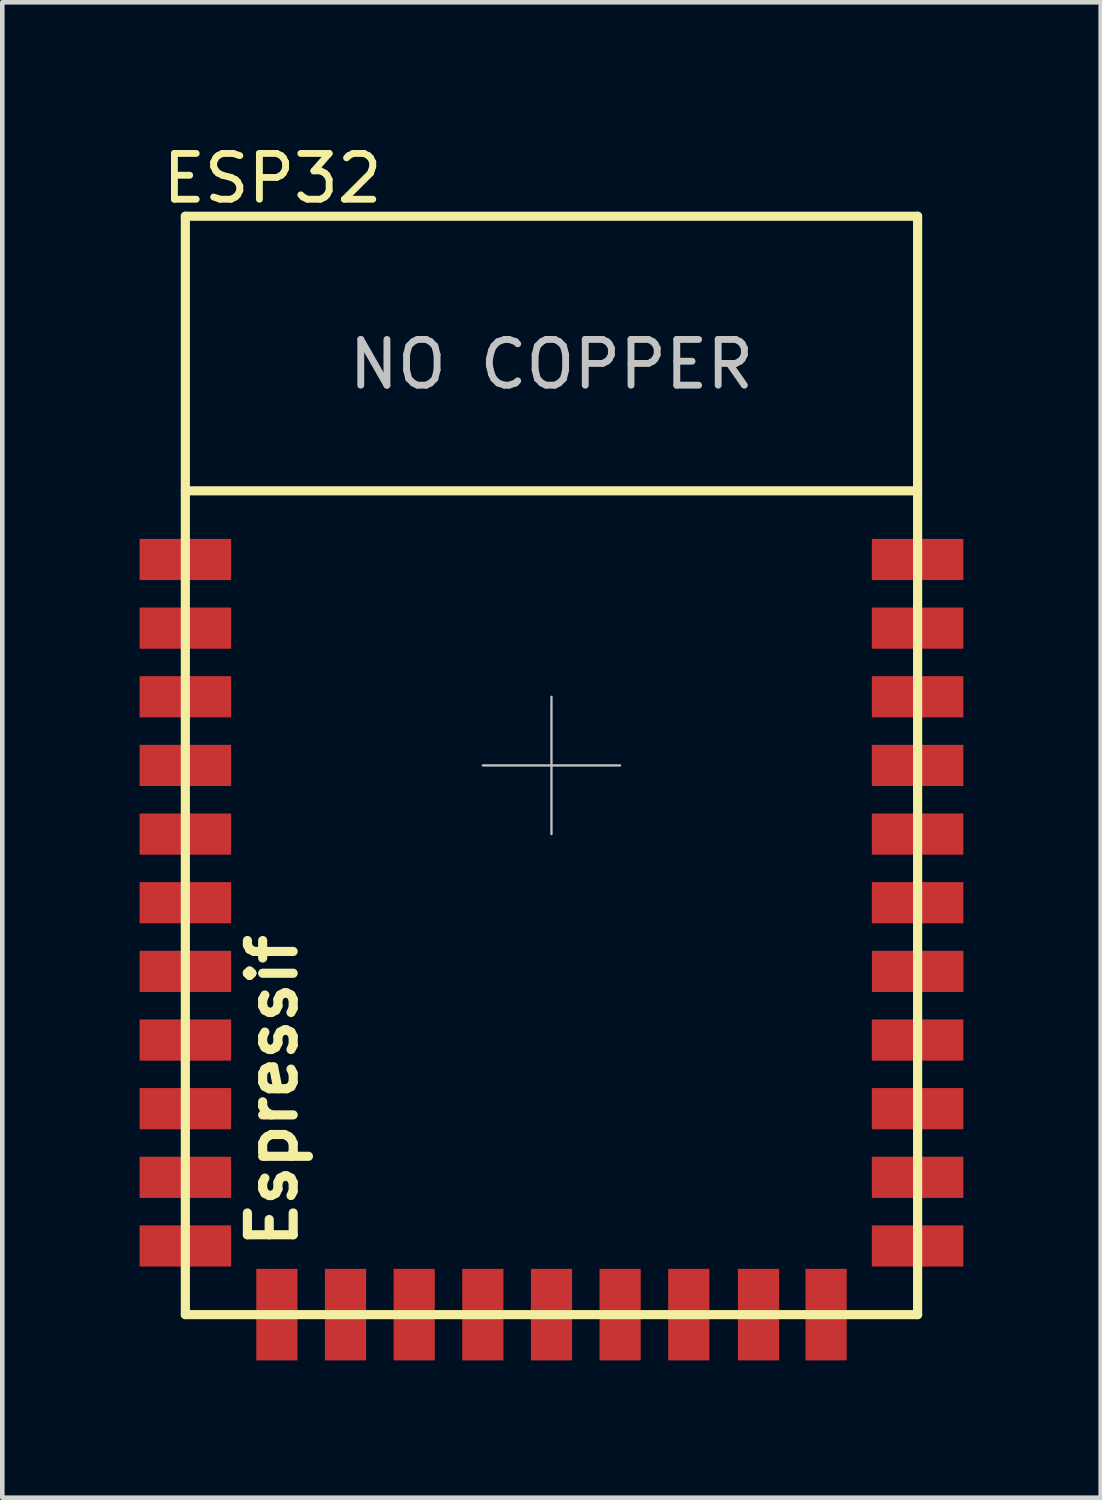
<source format=kicad_pcb>
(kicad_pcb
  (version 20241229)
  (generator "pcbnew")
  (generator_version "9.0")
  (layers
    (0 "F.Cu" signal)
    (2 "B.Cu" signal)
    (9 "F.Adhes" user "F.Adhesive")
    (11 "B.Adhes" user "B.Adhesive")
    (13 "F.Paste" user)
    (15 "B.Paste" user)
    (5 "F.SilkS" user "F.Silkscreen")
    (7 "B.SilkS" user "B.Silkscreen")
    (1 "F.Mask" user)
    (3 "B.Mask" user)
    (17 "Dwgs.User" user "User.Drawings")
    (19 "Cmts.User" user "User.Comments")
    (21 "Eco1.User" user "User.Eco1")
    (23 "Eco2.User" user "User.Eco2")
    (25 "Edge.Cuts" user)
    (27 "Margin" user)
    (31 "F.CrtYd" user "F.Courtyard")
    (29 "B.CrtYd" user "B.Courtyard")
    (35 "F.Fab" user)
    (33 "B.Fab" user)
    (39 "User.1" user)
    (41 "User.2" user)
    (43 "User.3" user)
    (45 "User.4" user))
  (footprint "ESP32"
    (layer "F.Cu")
    (at 9 13.675)
    (property "Reference" "ESP32" (at -6.096 -12.827 0) (layer "F.SilkS") (effects (font (size 1 1) (thickness 0.15))))
    (attr through_hole)
    (fp_line (start -8 -12) (end 8 -12) (stroke (width 0.2) (type solid)) (layer "F.SilkS"))
    (fp_line (start -8 -6) (end 8 -6) (stroke (width 0.2) (type solid)) (layer "F.SilkS"))
    (fp_line (start -8 12) (end -8 -12) (stroke (width 0.2) (type solid)) (layer "F.SilkS"))
    (fp_line (start 8 -12) (end 8 12) (stroke (width 0.2) (type solid)) (layer "F.SilkS"))
    (fp_line (start 8 12) (end -8 12) (stroke (width 0.2) (type solid)) (layer "F.SilkS"))
    (fp_line (start 0 -1.5) (end 0 1.5) (stroke (width 0.05) (type solid)) (layer "Dwgs.User"))
    (fp_line (start 1.5 0) (end -1.5 0) (stroke (width 0.05) (type solid)) (layer "Dwgs.User"))
    (fp_text user "Espressif" (at -6.096 7.112 90) (layer "F.SilkS") (effects (font (size 1 1) (thickness 0.2))))
    (fp_text user "NO COPPER" (at 0 -8.763 0) (layer "Dwgs.User") (effects (font (size 1 1) (thickness 0.15))))
    (pad "1" smd rect (at -8 -4.5) (size 2 0.9) (layers "F.Cu" "F.Mask" "F.Paste"))
    (pad "2" smd rect (at -8 -3) (size 2 0.9) (layers "F.Cu" "F.Mask" "F.Paste"))
    (pad "3" smd rect (at -8 -1.5) (size 2 0.9) (layers "F.Cu" "F.Mask" "F.Paste"))
    (pad "4" smd rect (at -8 0) (size 2 0.9) (layers "F.Cu" "F.Mask" "F.Paste"))
    (pad "5" smd rect (at -8 1.5) (size 2 0.9) (layers "F.Cu" "F.Mask" "F.Paste"))
    (pad "6" smd rect (at -8 3) (size 2 0.9) (layers "F.Cu" "F.Mask" "F.Paste"))
    (pad "7" smd rect (at -8 4.5) (size 2 0.9) (layers "F.Cu" "F.Mask" "F.Paste"))
    (pad "8" smd rect (at -8 6) (size 2 0.9) (layers "F.Cu" "F.Mask" "F.Paste"))
    (pad "9" smd rect (at -8 7.5) (size 2 0.9) (layers "F.Cu" "F.Mask" "F.Paste"))
    (pad "10" smd rect (at -8 9) (size 2 0.9) (layers "F.Cu" "F.Mask" "F.Paste"))
    (pad "11" smd rect (at -8 10.5) (size 2 0.9) (layers "F.Cu" "F.Mask" "F.Paste"))
    (pad "12" smd rect (at -6 12) (size 0.9 2) (layers "F.Cu" "F.Mask" "F.Paste"))
    (pad "13" smd rect (at -4.5 12) (size 0.9 2) (layers "F.Cu" "F.Mask" "F.Paste"))
    (pad "14" smd rect (at -3 12) (size 0.9 2) (layers "F.Cu" "F.Mask" "F.Paste"))
    (pad "15" smd rect (at -1.5 12) (size 0.9 2) (layers "F.Cu" "F.Mask" "F.Paste"))
    (pad "16" smd rect (at 0 12) (size 0.9 2) (layers "F.Cu" "F.Mask" "F.Paste"))
    (pad "17" smd rect (at 1.5 12) (size 0.9 2) (layers "F.Cu" "F.Mask" "F.Paste"))
    (pad "18" smd rect (at 3 12) (size 0.9 2) (layers "F.Cu" "F.Mask" "F.Paste"))
    (pad "19" smd rect (at 4.524 12) (size 0.9 2) (layers "F.Cu" "F.Mask" "F.Paste"))
    (pad "20" smd rect (at 6 12) (size 0.9 2) (layers "F.Cu" "F.Mask" "F.Paste"))
    (pad "21" smd rect (at 8 10.5) (size 2 0.9) (layers "F.Cu" "F.Mask" "F.Paste"))
    (pad "22" smd rect (at 8 9) (size 2 0.9) (layers "F.Cu" "F.Mask" "F.Paste"))
    (pad "23" smd rect (at 8 7.5) (size 2 0.9) (layers "F.Cu" "F.Mask" "F.Paste"))
    (pad "24" smd rect (at 8 6) (size 2 0.9) (layers "F.Cu" "F.Mask" "F.Paste"))
    (pad "25" smd rect (at 8.001 4.5) (size 2 0.9) (layers "F.Cu" "F.Mask" "F.Paste"))
    (pad "26" smd rect (at 8 3) (size 2 0.9) (layers "F.Cu" "F.Mask" "F.Paste"))
    (pad "27" smd rect (at 8 1.5) (size 2 0.9) (layers "F.Cu" "F.Mask" "F.Paste"))
    (pad "28" smd rect (at 8 0) (size 2 0.9) (layers "F.Cu" "F.Mask" "F.Paste"))
    (pad "29" smd rect (at 8 -1.5) (size 2 0.9) (layers "F.Cu" "F.Mask" "F.Paste"))
    (pad "30" smd rect (at 8 -3) (size 2 0.9) (layers "F.Cu" "F.Mask" "F.Paste"))
    (pad "31" smd rect (at 8 -4.5) (size 2 0.9) (layers "F.Cu" "F.Mask" "F.Paste")))
  (gr_rect
    (start -3 -3)
    (end 21.001 29.675)
    (stroke (width 0.1) (type default))
    (fill no)
    (layer "Edge.Cuts")))
</source>
